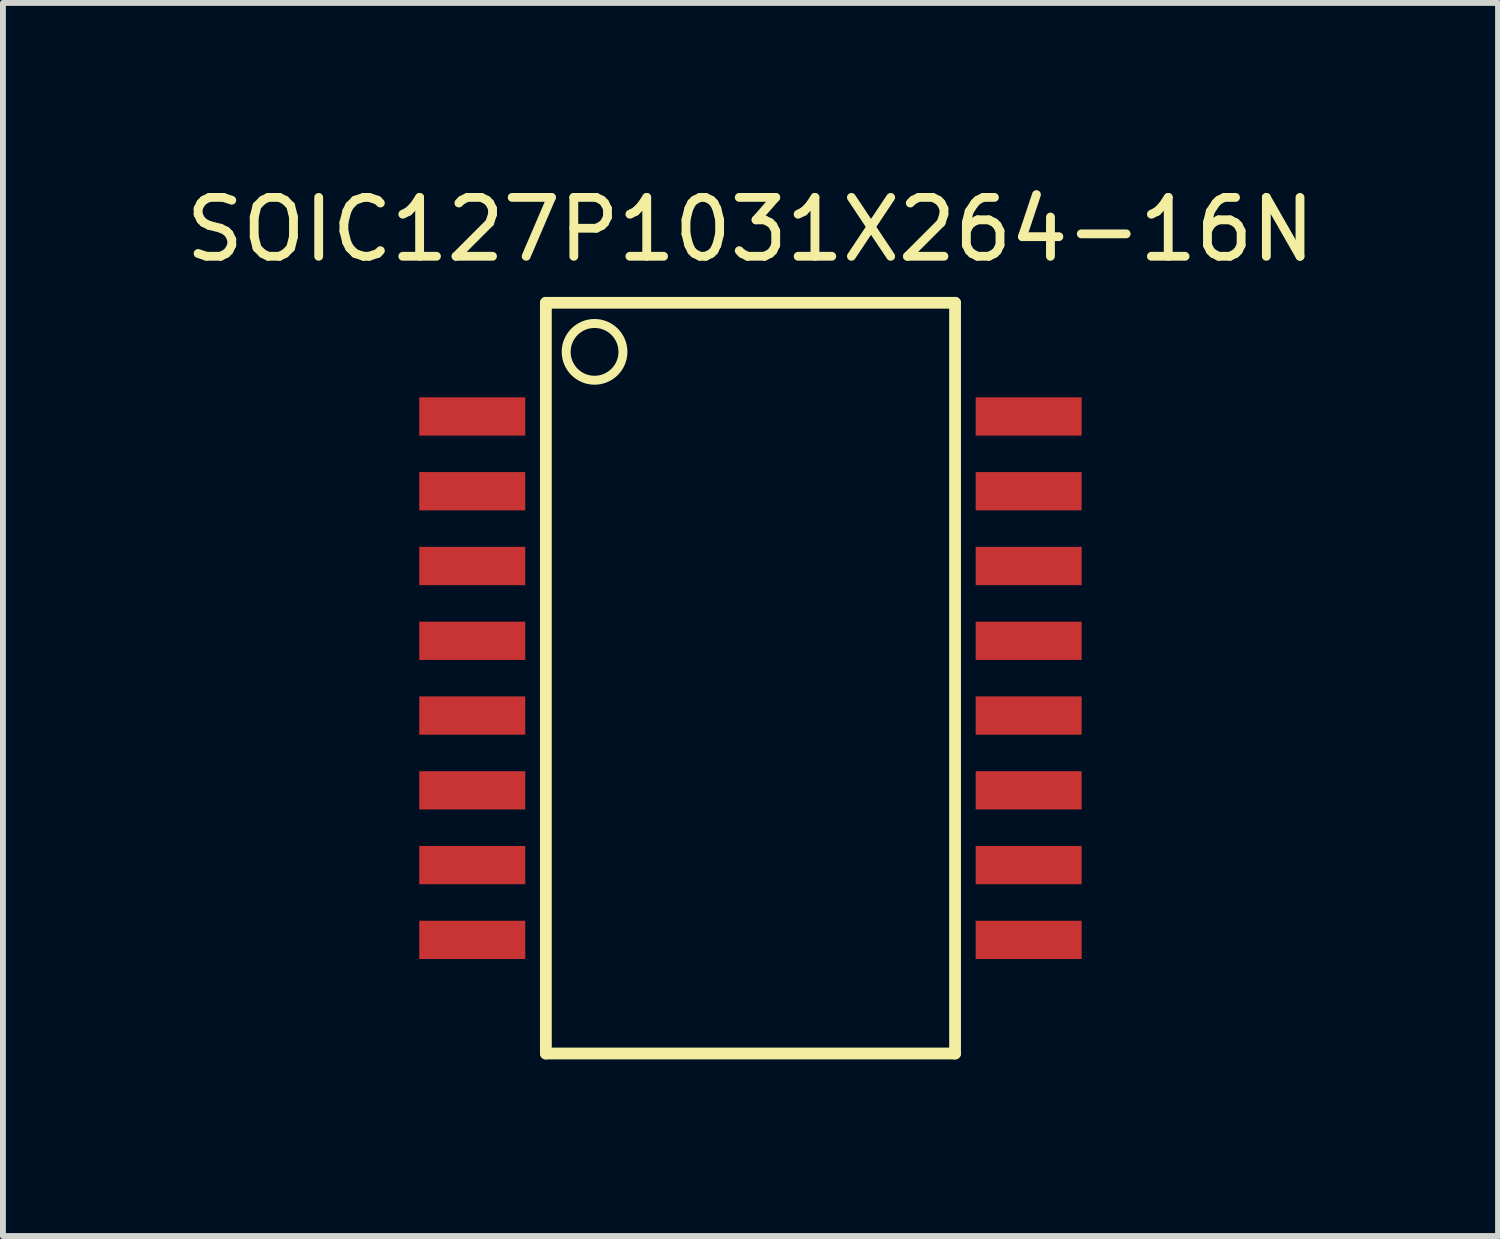
<source format=kicad_pcb>
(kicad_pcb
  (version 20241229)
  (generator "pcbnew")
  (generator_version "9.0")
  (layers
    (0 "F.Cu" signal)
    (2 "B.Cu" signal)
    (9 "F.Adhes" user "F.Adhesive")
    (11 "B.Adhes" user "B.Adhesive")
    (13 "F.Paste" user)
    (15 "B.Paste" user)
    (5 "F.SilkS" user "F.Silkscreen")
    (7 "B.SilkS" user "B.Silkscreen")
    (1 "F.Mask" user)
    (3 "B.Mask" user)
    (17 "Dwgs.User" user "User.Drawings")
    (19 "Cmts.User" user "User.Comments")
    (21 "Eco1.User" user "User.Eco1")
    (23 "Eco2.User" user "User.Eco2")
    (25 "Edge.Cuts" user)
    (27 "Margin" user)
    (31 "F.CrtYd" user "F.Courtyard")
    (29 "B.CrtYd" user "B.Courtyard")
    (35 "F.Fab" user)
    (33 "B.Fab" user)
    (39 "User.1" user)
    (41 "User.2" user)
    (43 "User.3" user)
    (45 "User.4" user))
  (footprint "SOIC127P1031X264-16N"
    (layer "F.Cu")
    (at 9.696 8.468)
    (property "Reference" "SOIC127P1031X264-16N" (at 0 -7.62 0) (layer "F.SilkS") (effects (font (size 1 1) (thickness 0.15))))
    (attr through_hole)
    (fp_line (start -3.475 -6.375) (end 3.475 -6.375) (stroke (width 0.2) (type solid)) (layer "F.SilkS"))
    (fp_line (start -3.475 6.375) (end -3.475 -6.375) (stroke (width 0.2) (type solid)) (layer "F.SilkS"))
    (fp_line (start 3.475 -6.375) (end 3.475 6.375) (stroke (width 0.2) (type solid)) (layer "F.SilkS"))
    (fp_line (start 3.475 6.375) (end -3.475 6.375) (stroke (width 0.2) (type solid)) (layer "F.SilkS"))
    (fp_circle (center -2.648 -5.542) (end -2.166 -5.542) (stroke (width 0.152) (type solid)) (fill no) (layer "F.SilkS"))
    (pad "1" smd rect (at -4.725 -4.445) (size 1.8 0.65) (layers "F.Cu" "F.Mask" "F.Paste"))
    (pad "2" smd rect (at -4.725 -3.175) (size 1.8 0.65) (layers "F.Cu" "F.Mask" "F.Paste"))
    (pad "3" smd rect (at -4.725 -1.905) (size 1.8 0.65) (layers "F.Cu" "F.Mask" "F.Paste"))
    (pad "4" smd rect (at -4.725 -0.635) (size 1.8 0.65) (layers "F.Cu" "F.Mask" "F.Paste"))
    (pad "5" smd rect (at -4.725 0.635) (size 1.8 0.65) (layers "F.Cu" "F.Mask" "F.Paste"))
    (pad "6" smd rect (at -4.725 1.905) (size 1.8 0.65) (layers "F.Cu" "F.Mask" "F.Paste"))
    (pad "7" smd rect (at -4.725 3.175) (size 1.8 0.65) (layers "F.Cu" "F.Mask" "F.Paste"))
    (pad "8" smd rect (at -4.725 4.445) (size 1.8 0.65) (layers "F.Cu" "F.Mask" "F.Paste"))
    (pad "9" smd rect (at 4.725 4.445) (size 1.8 0.65) (layers "F.Cu" "F.Mask" "F.Paste"))
    (pad "10" smd rect (at 4.725 3.175) (size 1.8 0.65) (layers "F.Cu" "F.Mask" "F.Paste"))
    (pad "11" smd rect (at 4.725 1.905) (size 1.8 0.65) (layers "F.Cu" "F.Mask" "F.Paste"))
    (pad "12" smd rect (at 4.725 0.635) (size 1.8 0.65) (layers "F.Cu" "F.Mask" "F.Paste"))
    (pad "13" smd rect (at 4.725 -0.635) (size 1.8 0.65) (layers "F.Cu" "F.Mask" "F.Paste"))
    (pad "14" smd rect (at 4.725 -1.905) (size 1.8 0.65) (layers "F.Cu" "F.Mask" "F.Paste"))
    (pad "15" smd rect (at 4.725 -3.175) (size 1.8 0.65) (layers "F.Cu" "F.Mask" "F.Paste"))
    (pad "16" smd rect (at 4.725 -4.445) (size 1.8 0.65) (layers "F.Cu" "F.Mask" "F.Paste")))
  (gr_rect
    (start -3 -3)
    (end 22.393 17.943)
    (stroke (width 0.1) (type default))
    (fill no)
    (layer "Edge.Cuts")))
</source>
